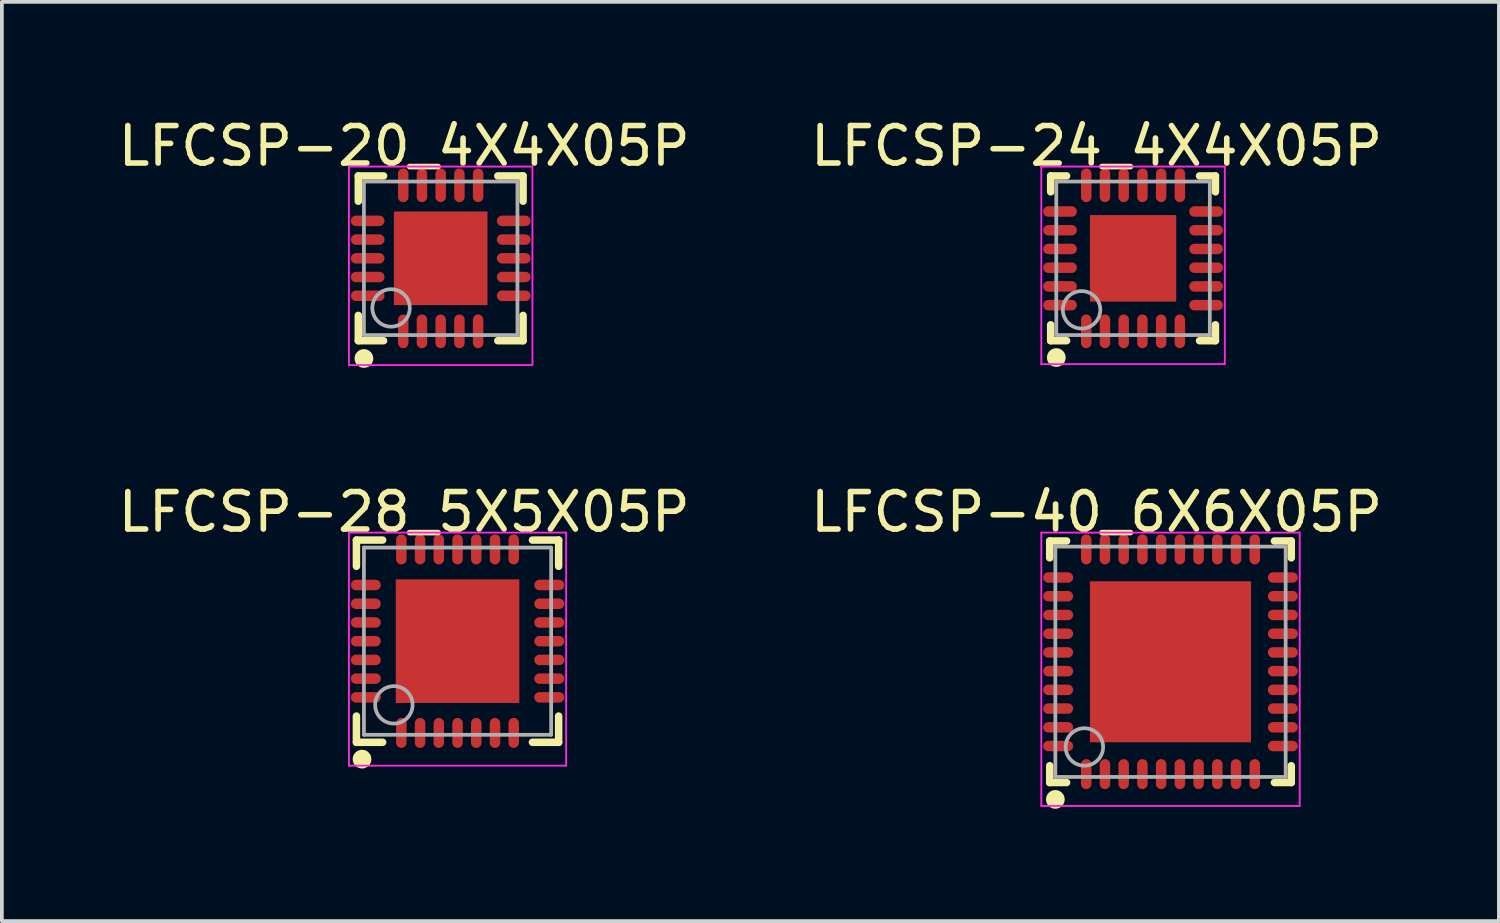
<source format=kicad_pcb>
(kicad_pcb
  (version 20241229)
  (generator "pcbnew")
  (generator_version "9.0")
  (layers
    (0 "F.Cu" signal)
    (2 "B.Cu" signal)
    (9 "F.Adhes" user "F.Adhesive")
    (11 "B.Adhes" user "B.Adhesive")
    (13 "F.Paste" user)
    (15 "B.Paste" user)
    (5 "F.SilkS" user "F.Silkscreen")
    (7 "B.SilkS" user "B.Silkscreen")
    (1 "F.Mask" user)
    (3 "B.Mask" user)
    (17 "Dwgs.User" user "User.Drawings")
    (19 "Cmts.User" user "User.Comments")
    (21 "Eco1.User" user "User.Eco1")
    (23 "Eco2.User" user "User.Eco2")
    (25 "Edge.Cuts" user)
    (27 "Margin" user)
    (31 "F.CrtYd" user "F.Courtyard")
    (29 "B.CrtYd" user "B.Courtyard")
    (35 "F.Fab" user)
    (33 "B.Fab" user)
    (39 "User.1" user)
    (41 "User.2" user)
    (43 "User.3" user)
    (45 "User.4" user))
  (footprint "LFCSP-20_4X4X05P"
    (layer "F.Cu")
    (at 8.718 3.848)
    (property "Reference" "LFCSP-20_4X4X05P" (at -0.974 -3 0) (layer "F.SilkS") (effects (font (size 1 1) (thickness 0.15))))
    (attr through_hole)
    (fp_line (start -2.2 -2.2) (end -1.525 -2.2) (stroke (width 0.2) (type solid)) (layer "F.SilkS"))
    (fp_line (start -2.2 -1.525) (end -2.2 -2.2) (stroke (width 0.2) (type solid)) (layer "F.SilkS"))
    (fp_line (start -2.2 2.2) (end -2.2 1.525) (stroke (width 0.2) (type solid)) (layer "F.SilkS"))
    (fp_line (start -2.2 2.2) (end -1.525 2.2) (stroke (width 0.2) (type solid)) (layer "F.SilkS"))
    (fp_line (start 1.525 -2.2) (end 2.2 -2.2) (stroke (width 0.2) (type solid)) (layer "F.SilkS"))
    (fp_line (start 1.525 2.2) (end 2.2 2.2) (stroke (width 0.2) (type solid)) (layer "F.SilkS"))
    (fp_line (start 2.2 -1.525) (end 2.2 -2.2) (stroke (width 0.2) (type solid)) (layer "F.SilkS"))
    (fp_line (start 2.2 2.2) (end 2.2 1.525) (stroke (width 0.2) (type solid)) (layer "F.SilkS"))
    (fp_circle (center -2.05 2.675) (end -1.925 2.675) (stroke (width 0.25) (type solid)) (fill no) (layer "F.SilkS"))
    (fp_line (start -2.45 -2.45) (end 2.45 -2.45) (stroke (width 0.05) (type solid)) (layer "F.CrtYd"))
    (fp_line (start -2.45 2.85) (end -2.45 -2.45) (stroke (width 0.05) (type solid)) (layer "F.CrtYd"))
    (fp_line (start 2.45 -2.45) (end 2.45 2.85) (stroke (width 0.05) (type solid)) (layer "F.CrtYd"))
    (fp_line (start 2.45 2.85) (end -2.45 2.85) (stroke (width 0.05) (type solid)) (layer "F.CrtYd"))
    (fp_line (start -2.05 -2.05) (end 2.05 -2.05) (stroke (width 0.1) (type solid)) (layer "F.Fab"))
    (fp_line (start -2.05 2.05) (end -2.05 -2.05) (stroke (width 0.1) (type solid)) (layer "F.Fab"))
    (fp_line (start -2.05 2.05) (end 2.05 2.05) (stroke (width 0.1) (type solid)) (layer "F.Fab"))
    (fp_line (start 2.05 2.05) (end 2.05 -2.05) (stroke (width 0.1) (type solid)) (layer "F.Fab"))
    (fp_circle (center -1.325 1.325) (end -0.825 1.325) (stroke (width 0.1) (type solid)) (fill no) (layer "F.Fab"))
    (pad "0" smd rect (at 0 0 90) (size 2.5 2.5) (layers "F.Cu" "F.Mask" "F.Paste"))
    (pad "1" smd oval (at -1 1.95 180) (size 0.28 0.9) (layers "F.Cu" "F.Mask" "F.Paste"))
    (pad "2" smd oval (at -0.5 1.95 180) (size 0.28 0.9) (layers "F.Cu" "F.Mask" "F.Paste"))
    (pad "3" smd oval (at 0 1.95 180) (size 0.28 0.9) (layers "F.Cu" "F.Mask" "F.Paste"))
    (pad "4" smd oval (at 0.5 1.95 180) (size 0.28 0.9) (layers "F.Cu" "F.Mask" "F.Paste"))
    (pad "5" smd oval (at 1 1.95 180) (size 0.28 0.9) (layers "F.Cu" "F.Mask" "F.Paste"))
    (pad "6" smd oval (at 1.95 1 90) (size 0.28 0.9) (layers "F.Cu" "F.Mask" "F.Paste"))
    (pad "7" smd oval (at 1.95 0.5 90) (size 0.28 0.9) (layers "F.Cu" "F.Mask" "F.Paste"))
    (pad "8" smd oval (at 1.95 0 90) (size 0.28 0.9) (layers "F.Cu" "F.Mask" "F.Paste"))
    (pad "9" smd oval (at 1.95 -0.5 90) (size 0.28 0.9) (layers "F.Cu" "F.Mask" "F.Paste"))
    (pad "10" smd oval (at 1.95 -1 90) (size 0.28 0.9) (layers "F.Cu" "F.Mask" "F.Paste"))
    (pad "11" smd oval (at 1 -1.95 180) (size 0.28 0.9) (layers "F.Cu" "F.Mask" "F.Paste"))
    (pad "12" smd oval (at 0.5 -1.95 180) (size 0.28 0.9) (layers "F.Cu" "F.Mask" "F.Paste"))
    (pad "13" smd oval (at 0 -1.95 180) (size 0.28 0.9) (layers "F.Cu" "F.Mask" "F.Paste"))
    (pad "14" smd oval (at -0.5 -1.95 180) (size 0.28 0.9) (layers "F.Cu" "F.Mask" "F.Paste"))
    (pad "15" smd oval (at -1 -1.95 180) (size 0.28 0.9) (layers "F.Cu" "F.Mask" "F.Paste"))
    (pad "16" smd oval (at -1.95 -1 90) (size 0.28 0.9) (layers "F.Cu" "F.Mask" "F.Paste"))
    (pad "17" smd oval (at -1.95 -0.5 90) (size 0.28 0.9) (layers "F.Cu" "F.Mask" "F.Paste"))
    (pad "18" smd oval (at -1.95 0 90) (size 0.28 0.9) (layers "F.Cu" "F.Mask" "F.Paste"))
    (pad "19" smd oval (at -1.95 0.5 90) (size 0.28 0.9) (layers "F.Cu" "F.Mask" "F.Paste"))
    (pad "20" smd oval (at -1.95 1 90) (size 0.28 0.9) (layers "F.Cu" "F.Mask" "F.Paste")))
  (footprint "LFCSP-24_4X4X05P"
    (layer "F.Cu")
    (at 27.207 3.848)
    (property "Reference" "LFCSP-24_4X4X05P" (at -0.974 -3 0) (layer "F.SilkS") (effects (font (size 1 1) (thickness 0.15))))
    (attr through_hole)
    (fp_line (start -2.2 -2.2) (end -1.775 -2.2) (stroke (width 0.2) (type solid)) (layer "F.SilkS"))
    (fp_line (start -2.2 -1.775) (end -2.2 -2.2) (stroke (width 0.2) (type solid)) (layer "F.SilkS"))
    (fp_line (start -2.2 2.2) (end -2.2 1.775) (stroke (width 0.2) (type solid)) (layer "F.SilkS"))
    (fp_line (start -2.2 2.2) (end -1.775 2.2) (stroke (width 0.2) (type solid)) (layer "F.SilkS"))
    (fp_line (start 1.775 -2.2) (end 2.2 -2.2) (stroke (width 0.2) (type solid)) (layer "F.SilkS"))
    (fp_line (start 1.775 2.2) (end 2.2 2.2) (stroke (width 0.2) (type solid)) (layer "F.SilkS"))
    (fp_line (start 2.2 -1.775) (end 2.2 -2.2) (stroke (width 0.2) (type solid)) (layer "F.SilkS"))
    (fp_line (start 2.2 2.2) (end 2.2 1.775) (stroke (width 0.2) (type solid)) (layer "F.SilkS"))
    (fp_circle (center -2.05 2.65) (end -1.925 2.65) (stroke (width 0.25) (type solid)) (fill no) (layer "F.SilkS"))
    (fp_line (start -2.45 -2.45) (end 2.45 -2.45) (stroke (width 0.05) (type solid)) (layer "F.CrtYd"))
    (fp_line (start -2.45 2.825) (end -2.45 -2.45) (stroke (width 0.05) (type solid)) (layer "F.CrtYd"))
    (fp_line (start 2.45 -2.45) (end 2.45 2.825) (stroke (width 0.05) (type solid)) (layer "F.CrtYd"))
    (fp_line (start 2.45 2.825) (end -2.45 2.825) (stroke (width 0.05) (type solid)) (layer "F.CrtYd"))
    (fp_line (start -2.05 -2.05) (end 2.05 -2.05) (stroke (width 0.1) (type solid)) (layer "F.Fab"))
    (fp_line (start -2.05 2.05) (end -2.05 -2.05) (stroke (width 0.1) (type solid)) (layer "F.Fab"))
    (fp_line (start -2.05 2.05) (end 2.05 2.05) (stroke (width 0.1) (type solid)) (layer "F.Fab"))
    (fp_line (start 2.05 2.05) (end 2.05 -2.05) (stroke (width 0.1) (type solid)) (layer "F.Fab"))
    (fp_circle (center -1.375 1.375) (end -0.875 1.375) (stroke (width 0.1) (type solid)) (fill no) (layer "F.Fab"))
    (pad "" smd rect (at 0 0 90) (size 2.3 2.3) (layers "F.Cu" "F.Mask" "F.Paste"))
    (pad "0" smd rect (at 0 0 90) (size 2.3 2.3) (layers "F.Cu" "F.Mask" "F.Paste"))
    (pad "1" smd oval (at -1.25 1.95 180) (size 0.28 0.9) (layers "F.Cu" "F.Mask" "F.Paste"))
    (pad "2" smd oval (at -0.75 1.95 180) (size 0.28 0.9) (layers "F.Cu" "F.Mask" "F.Paste"))
    (pad "3" smd oval (at -0.25 1.95 180) (size 0.28 0.9) (layers "F.Cu" "F.Mask" "F.Paste"))
    (pad "4" smd oval (at 0.25 1.95 180) (size 0.28 0.9) (layers "F.Cu" "F.Mask" "F.Paste"))
    (pad "5" smd oval (at 0.75 1.95 180) (size 0.28 0.9) (layers "F.Cu" "F.Mask" "F.Paste"))
    (pad "6" smd oval (at 1.25 1.95 180) (size 0.28 0.9) (layers "F.Cu" "F.Mask" "F.Paste"))
    (pad "7" smd oval (at 1.95 1.25 90) (size 0.28 0.9) (layers "F.Cu" "F.Mask" "F.Paste"))
    (pad "8" smd oval (at 1.95 0.75 90) (size 0.28 0.9) (layers "F.Cu" "F.Mask" "F.Paste"))
    (pad "9" smd oval (at 1.95 0.25 90) (size 0.28 0.9) (layers "F.Cu" "F.Mask" "F.Paste"))
    (pad "10" smd oval (at 1.95 -0.25 90) (size 0.28 0.9) (layers "F.Cu" "F.Mask" "F.Paste"))
    (pad "11" smd oval (at 1.95 -0.75 90) (size 0.28 0.9) (layers "F.Cu" "F.Mask" "F.Paste"))
    (pad "12" smd oval (at 1.95 -1.25 90) (size 0.28 0.9) (layers "F.Cu" "F.Mask" "F.Paste"))
    (pad "13" smd oval (at 1.25 -1.95 180) (size 0.28 0.9) (layers "F.Cu" "F.Mask" "F.Paste"))
    (pad "14" smd oval (at 0.75 -1.95 180) (size 0.28 0.9) (layers "F.Cu" "F.Mask" "F.Paste"))
    (pad "15" smd oval (at 0.25 -1.95 180) (size 0.28 0.9) (layers "F.Cu" "F.Mask" "F.Paste"))
    (pad "16" smd oval (at -0.25 -1.95 180) (size 0.28 0.9) (layers "F.Cu" "F.Mask" "F.Paste"))
    (pad "17" smd oval (at -0.75 -1.95 180) (size 0.28 0.9) (layers "F.Cu" "F.Mask" "F.Paste"))
    (pad "18" smd oval (at -1.25 -1.95 180) (size 0.28 0.9) (layers "F.Cu" "F.Mask" "F.Paste"))
    (pad "19" smd oval (at -1.95 -1.25 90) (size 0.28 0.9) (layers "F.Cu" "F.Mask" "F.Paste"))
    (pad "20" smd oval (at -1.95 -0.75 90) (size 0.28 0.9) (layers "F.Cu" "F.Mask" "F.Paste"))
    (pad "21" smd oval (at -1.95 -0.25 90) (size 0.28 0.9) (layers "F.Cu" "F.Mask" "F.Paste"))
    (pad "22" smd oval (at -1.95 0.25 90) (size 0.28 0.9) (layers "F.Cu" "F.Mask" "F.Paste"))
    (pad "23" smd oval (at -1.95 0.75 90) (size 0.28 0.9) (layers "F.Cu" "F.Mask" "F.Paste"))
    (pad "24" smd oval (at -1.95 1.25 90) (size 0.28 0.9) (layers "F.Cu" "F.Mask" "F.Paste")))
  (footprint "LFCSP-40_6X6X05P"
    (layer "F.Cu")
    (at 28.207 14.622)
    (property "Reference" "LFCSP-40_6X6X05P" (at -1.974 -4 0) (layer "F.SilkS") (effects (font (size 1 1) (thickness 0.15))))
    (attr through_hole)
    (fp_line (start -3.225 -3.225) (end -2.775 -3.225) (stroke (width 0.2) (type solid)) (layer "F.SilkS"))
    (fp_line (start -3.225 -2.775) (end -3.225 -3.225) (stroke (width 0.2) (type solid)) (layer "F.SilkS"))
    (fp_line (start -3.225 3.225) (end -3.225 2.775) (stroke (width 0.2) (type solid)) (layer "F.SilkS"))
    (fp_line (start -3.225 3.225) (end -2.775 3.225) (stroke (width 0.2) (type solid)) (layer "F.SilkS"))
    (fp_line (start 2.775 -3.225) (end 3.225 -3.225) (stroke (width 0.2) (type solid)) (layer "F.SilkS"))
    (fp_line (start 2.775 3.225) (end 3.225 3.225) (stroke (width 0.2) (type solid)) (layer "F.SilkS"))
    (fp_line (start 3.225 -2.775) (end 3.225 -3.225) (stroke (width 0.2) (type solid)) (layer "F.SilkS"))
    (fp_line (start 3.225 3.225) (end 3.225 2.775) (stroke (width 0.2) (type solid)) (layer "F.SilkS"))
    (fp_circle (center -3.075 3.675) (end -2.95 3.675) (stroke (width 0.25) (type solid)) (fill no) (layer "F.SilkS"))
    (fp_line (start -3.45 -3.45) (end 3.45 -3.45) (stroke (width 0.05) (type solid)) (layer "F.CrtYd"))
    (fp_line (start -3.45 3.85) (end -3.45 -3.45) (stroke (width 0.05) (type solid)) (layer "F.CrtYd"))
    (fp_line (start 3.45 -3.45) (end 3.45 3.85) (stroke (width 0.05) (type solid)) (layer "F.CrtYd"))
    (fp_line (start 3.45 3.85) (end -3.45 3.85) (stroke (width 0.05) (type solid)) (layer "F.CrtYd"))
    (fp_line (start -3.075 -3.075) (end 3.075 -3.075) (stroke (width 0.1) (type solid)) (layer "F.Fab"))
    (fp_line (start -3.075 3.075) (end -3.075 -3.075) (stroke (width 0.1) (type solid)) (layer "F.Fab"))
    (fp_line (start -3.075 3.075) (end 3.075 3.075) (stroke (width 0.1) (type solid)) (layer "F.Fab"))
    (fp_line (start 3.075 3.075) (end 3.075 -3.075) (stroke (width 0.1) (type solid)) (layer "F.Fab"))
    (fp_circle (center -2.3 2.275) (end -1.8 2.275) (stroke (width 0.1) (type solid)) (fill no) (layer "F.Fab"))
    (pad "0" smd rect (at 0 0 90) (size 4.3 4.3) (layers "F.Cu" "F.Mask" "F.Paste"))
    (pad "1" smd oval (at -2.25 3 180) (size 0.28 0.8) (layers "F.Cu" "F.Mask" "F.Paste"))
    (pad "2" smd oval (at -1.75 3 180) (size 0.28 0.8) (layers "F.Cu" "F.Mask" "F.Paste"))
    (pad "3" smd oval (at -1.25 3 180) (size 0.28 0.8) (layers "F.Cu" "F.Mask" "F.Paste"))
    (pad "4" smd oval (at -0.75 3 180) (size 0.28 0.8) (layers "F.Cu" "F.Mask" "F.Paste"))
    (pad "5" smd oval (at -0.25 3 180) (size 0.28 0.8) (layers "F.Cu" "F.Mask" "F.Paste"))
    (pad "6" smd oval (at 0.25 3 180) (size 0.28 0.8) (layers "F.Cu" "F.Mask" "F.Paste"))
    (pad "7" smd oval (at 0.75 3 180) (size 0.28 0.8) (layers "F.Cu" "F.Mask" "F.Paste"))
    (pad "8" smd oval (at 1.25 3 180) (size 0.28 0.8) (layers "F.Cu" "F.Mask" "F.Paste"))
    (pad "9" smd oval (at 1.75 3 180) (size 0.28 0.8) (layers "F.Cu" "F.Mask" "F.Paste"))
    (pad "10" smd oval (at 2.25 3 180) (size 0.28 0.8) (layers "F.Cu" "F.Mask" "F.Paste"))
    (pad "11" smd oval (at 3 2.25 90) (size 0.28 0.8) (layers "F.Cu" "F.Mask" "F.Paste"))
    (pad "12" smd oval (at 3 1.75 90) (size 0.28 0.8) (layers "F.Cu" "F.Mask" "F.Paste"))
    (pad "13" smd oval (at 3 1.25 90) (size 0.28 0.8) (layers "F.Cu" "F.Mask" "F.Paste"))
    (pad "14" smd oval (at 3 0.75 90) (size 0.28 0.8) (layers "F.Cu" "F.Mask" "F.Paste"))
    (pad "15" smd oval (at 3 0.25 90) (size 0.28 0.8) (layers "F.Cu" "F.Mask" "F.Paste"))
    (pad "16" smd oval (at 3 -0.25 90) (size 0.28 0.8) (layers "F.Cu" "F.Mask" "F.Paste"))
    (pad "17" smd oval (at 3 -0.75 90) (size 0.28 0.8) (layers "F.Cu" "F.Mask" "F.Paste"))
    (pad "18" smd oval (at 3 -1.25 90) (size 0.28 0.8) (layers "F.Cu" "F.Mask" "F.Paste"))
    (pad "19" smd oval (at 3 -1.75 90) (size 0.28 0.8) (layers "F.Cu" "F.Mask" "F.Paste"))
    (pad "20" smd oval (at 3 -2.25 90) (size 0.28 0.8) (layers "F.Cu" "F.Mask" "F.Paste"))
    (pad "21" smd oval (at 2.25 -3 180) (size 0.28 0.8) (layers "F.Cu" "F.Mask" "F.Paste"))
    (pad "22" smd oval (at 1.75 -3 180) (size 0.28 0.8) (layers "F.Cu" "F.Mask" "F.Paste"))
    (pad "23" smd oval (at 1.25 -3 180) (size 0.28 0.8) (layers "F.Cu" "F.Mask" "F.Paste"))
    (pad "24" smd oval (at 0.75 -3 180) (size 0.28 0.8) (layers "F.Cu" "F.Mask" "F.Paste"))
    (pad "25" smd oval (at 0.25 -3 180) (size 0.28 0.8) (layers "F.Cu" "F.Mask" "F.Paste"))
    (pad "26" smd oval (at -0.25 -3 180) (size 0.28 0.8) (layers "F.Cu" "F.Mask" "F.Paste"))
    (pad "27" smd oval (at -0.75 -3 180) (size 0.28 0.8) (layers "F.Cu" "F.Mask" "F.Paste"))
    (pad "28" smd oval (at -1.25 -3 180) (size 0.28 0.8) (layers "F.Cu" "F.Mask" "F.Paste"))
    (pad "29" smd oval (at -1.75 -3 180) (size 0.28 0.8) (layers "F.Cu" "F.Mask" "F.Paste"))
    (pad "30" smd oval (at -2.25 -3 180) (size 0.28 0.8) (layers "F.Cu" "F.Mask" "F.Paste"))
    (pad "31" smd oval (at -3 -2.25 90) (size 0.28 0.8) (layers "F.Cu" "F.Mask" "F.Paste"))
    (pad "32" smd oval (at -3 -1.75 90) (size 0.28 0.8) (layers "F.Cu" "F.Mask" "F.Paste"))
    (pad "33" smd oval (at -3 -1.25 90) (size 0.28 0.8) (layers "F.Cu" "F.Mask" "F.Paste"))
    (pad "34" smd oval (at -3 -0.75 90) (size 0.28 0.8) (layers "F.Cu" "F.Mask" "F.Paste"))
    (pad "35" smd oval (at -3 -0.25 90) (size 0.28 0.8) (layers "F.Cu" "F.Mask" "F.Paste"))
    (pad "36" smd oval (at -3 0.25 90) (size 0.28 0.8) (layers "F.Cu" "F.Mask" "F.Paste"))
    (pad "37" smd oval (at -3 0.75 90) (size 0.28 0.8) (layers "F.Cu" "F.Mask" "F.Paste"))
    (pad "38" smd oval (at -3 1.25 90) (size 0.28 0.8) (layers "F.Cu" "F.Mask" "F.Paste"))
    (pad "39" smd oval (at -3 1.75 90) (size 0.28 0.8) (layers "F.Cu" "F.Mask" "F.Paste"))
    (pad "40" smd oval (at -3 2.25 90) (size 0.28 0.8) (layers "F.Cu" "F.Mask" "F.Paste")))
  (footprint "LFCSP-28_5X5X05P"
    (layer "F.Cu")
    (at 9.168 14.072)
    (property "Reference" "LFCSP-28_5X5X05P" (at -1.424 -3.45 0) (layer "F.SilkS") (effects (font (size 1 1) (thickness 0.15))))
    (attr through_hole)
    (fp_line (start -2.7 -2.7) (end -2 -2.7) (stroke (width 0.2) (type solid)) (layer "F.SilkS"))
    (fp_line (start -2.7 -2) (end -2.7 -2.7) (stroke (width 0.2) (type solid)) (layer "F.SilkS"))
    (fp_line (start -2.7 2.7) (end -2.7 2) (stroke (width 0.2) (type solid)) (layer "F.SilkS"))
    (fp_line (start -2.7 2.7) (end -2 2.7) (stroke (width 0.2) (type solid)) (layer "F.SilkS"))
    (fp_line (start 2 -2.7) (end 2.7 -2.7) (stroke (width 0.2) (type solid)) (layer "F.SilkS"))
    (fp_line (start 2 2.7) (end 2.7 2.7) (stroke (width 0.2) (type solid)) (layer "F.SilkS"))
    (fp_line (start 2.7 -2) (end 2.7 -2.7) (stroke (width 0.2) (type solid)) (layer "F.SilkS"))
    (fp_line (start 2.7 2.7) (end 2.7 2) (stroke (width 0.2) (type solid)) (layer "F.SilkS"))
    (fp_circle (center -2.55 3.15) (end -2.425 3.15) (stroke (width 0.25) (type solid)) (fill no) (layer "F.SilkS"))
    (fp_line (start -2.9 -2.9) (end 2.9 -2.9) (stroke (width 0.05) (type solid)) (layer "F.CrtYd"))
    (fp_line (start -2.9 3.325) (end -2.9 -2.9) (stroke (width 0.05) (type solid)) (layer "F.CrtYd"))
    (fp_line (start 2.9 -2.9) (end 2.9 3.325) (stroke (width 0.05) (type solid)) (layer "F.CrtYd"))
    (fp_line (start 2.9 3.325) (end -2.9 3.325) (stroke (width 0.05) (type solid)) (layer "F.CrtYd"))
    (fp_line (start -2.5 -2.5) (end 2.5 -2.5) (stroke (width 0.1) (type solid)) (layer "F.Fab"))
    (fp_line (start -2.5 2.5) (end -2.5 -2.5) (stroke (width 0.1) (type solid)) (layer "F.Fab"))
    (fp_line (start -2.5 2.5) (end 2.5 2.5) (stroke (width 0.1) (type solid)) (layer "F.Fab"))
    (fp_line (start 2.5 2.5) (end 2.5 -2.5) (stroke (width 0.1) (type solid)) (layer "F.Fab"))
    (fp_circle (center -1.7 1.7) (end -1.2 1.7) (stroke (width 0.1) (type solid)) (fill no) (layer "F.Fab"))
    (pad "0" smd rect (at 0 0 90) (size 3.3 3.3) (layers "F.Cu" "F.Mask" "F.Paste"))
    (pad "1" smd oval (at -1.5 2.45 90) (size 0.8 0.28) (layers "F.Cu" "F.Mask" "F.Paste"))
    (pad "2" smd oval (at -1 2.45 90) (size 0.8 0.28) (layers "F.Cu" "F.Mask" "F.Paste"))
    (pad "3" smd oval (at -0.5 2.45 90) (size 0.8 0.28) (layers "F.Cu" "F.Mask" "F.Paste"))
    (pad "4" smd oval (at 0 2.45 90) (size 0.8 0.28) (layers "F.Cu" "F.Mask" "F.Paste"))
    (pad "5" smd oval (at 0.5 2.45 90) (size 0.8 0.28) (layers "F.Cu" "F.Mask" "F.Paste"))
    (pad "6" smd oval (at 1 2.45 90) (size 0.8 0.28) (layers "F.Cu" "F.Mask" "F.Paste"))
    (pad "7" smd oval (at 1.5 2.45 90) (size 0.8 0.28) (layers "F.Cu" "F.Mask" "F.Paste"))
    (pad "8" smd oval (at 2.45 1.5 180) (size 0.8 0.28) (layers "F.Cu" "F.Mask" "F.Paste"))
    (pad "9" smd oval (at 2.45 1 180) (size 0.8 0.28) (layers "F.Cu" "F.Mask" "F.Paste"))
    (pad "10" smd oval (at 2.45 0.5 180) (size 0.8 0.28) (layers "F.Cu" "F.Mask" "F.Paste"))
    (pad "11" smd oval (at 2.45 0 180) (size 0.8 0.28) (layers "F.Cu" "F.Mask" "F.Paste"))
    (pad "12" smd oval (at 2.45 -0.5 180) (size 0.8 0.28) (layers "F.Cu" "F.Mask" "F.Paste"))
    (pad "13" smd oval (at 2.45 -1 180) (size 0.8 0.28) (layers "F.Cu" "F.Mask" "F.Paste"))
    (pad "14" smd oval (at 2.45 -1.5 180) (size 0.8 0.28) (layers "F.Cu" "F.Mask" "F.Paste"))
    (pad "15" smd oval (at 1.5 -2.45 270) (size 0.8 0.28) (layers "F.Cu" "F.Mask" "F.Paste"))
    (pad "16" smd oval (at 1 -2.45 270) (size 0.8 0.28) (layers "F.Cu" "F.Mask" "F.Paste"))
    (pad "17" smd oval (at 0.5 -2.45 270) (size 0.8 0.28) (layers "F.Cu" "F.Mask" "F.Paste"))
    (pad "18" smd oval (at 0 -2.45 270) (size 0.8 0.28) (layers "F.Cu" "F.Mask" "F.Paste"))
    (pad "19" smd oval (at -0.5 -2.45 270) (size 0.8 0.28) (layers "F.Cu" "F.Mask" "F.Paste"))
    (pad "20" smd oval (at -1 -2.45 270) (size 0.8 0.28) (layers "F.Cu" "F.Mask" "F.Paste"))
    (pad "21" smd oval (at -1.5 -2.45 270) (size 0.8 0.28) (layers "F.Cu" "F.Mask" "F.Paste"))
    (pad "22" smd oval (at -2.45 -1.5) (size 0.8 0.28) (layers "F.Cu" "F.Mask" "F.Paste"))
    (pad "23" smd oval (at -2.45 -1) (size 0.8 0.28) (layers "F.Cu" "F.Mask" "F.Paste"))
    (pad "24" smd oval (at -2.45 -0.5) (size 0.8 0.28) (layers "F.Cu" "F.Mask" "F.Paste"))
    (pad "25" smd oval (at -2.45 0) (size 0.8 0.28) (layers "F.Cu" "F.Mask" "F.Paste"))
    (pad "26" smd oval (at -2.45 0.5) (size 0.8 0.28) (layers "F.Cu" "F.Mask" "F.Paste"))
    (pad "27" smd oval (at -2.45 1) (size 0.8 0.28) (layers "F.Cu" "F.Mask" "F.Paste"))
    (pad "28" smd oval (at -2.45 1.5) (size 0.8 0.28) (layers "F.Cu" "F.Mask" "F.Paste")))
  (gr_rect
    (start -3 -3)
    (end 36.976 21.547)
    (stroke (width 0.1) (type default))
    (fill no)
    (layer "Edge.Cuts")))
</source>
